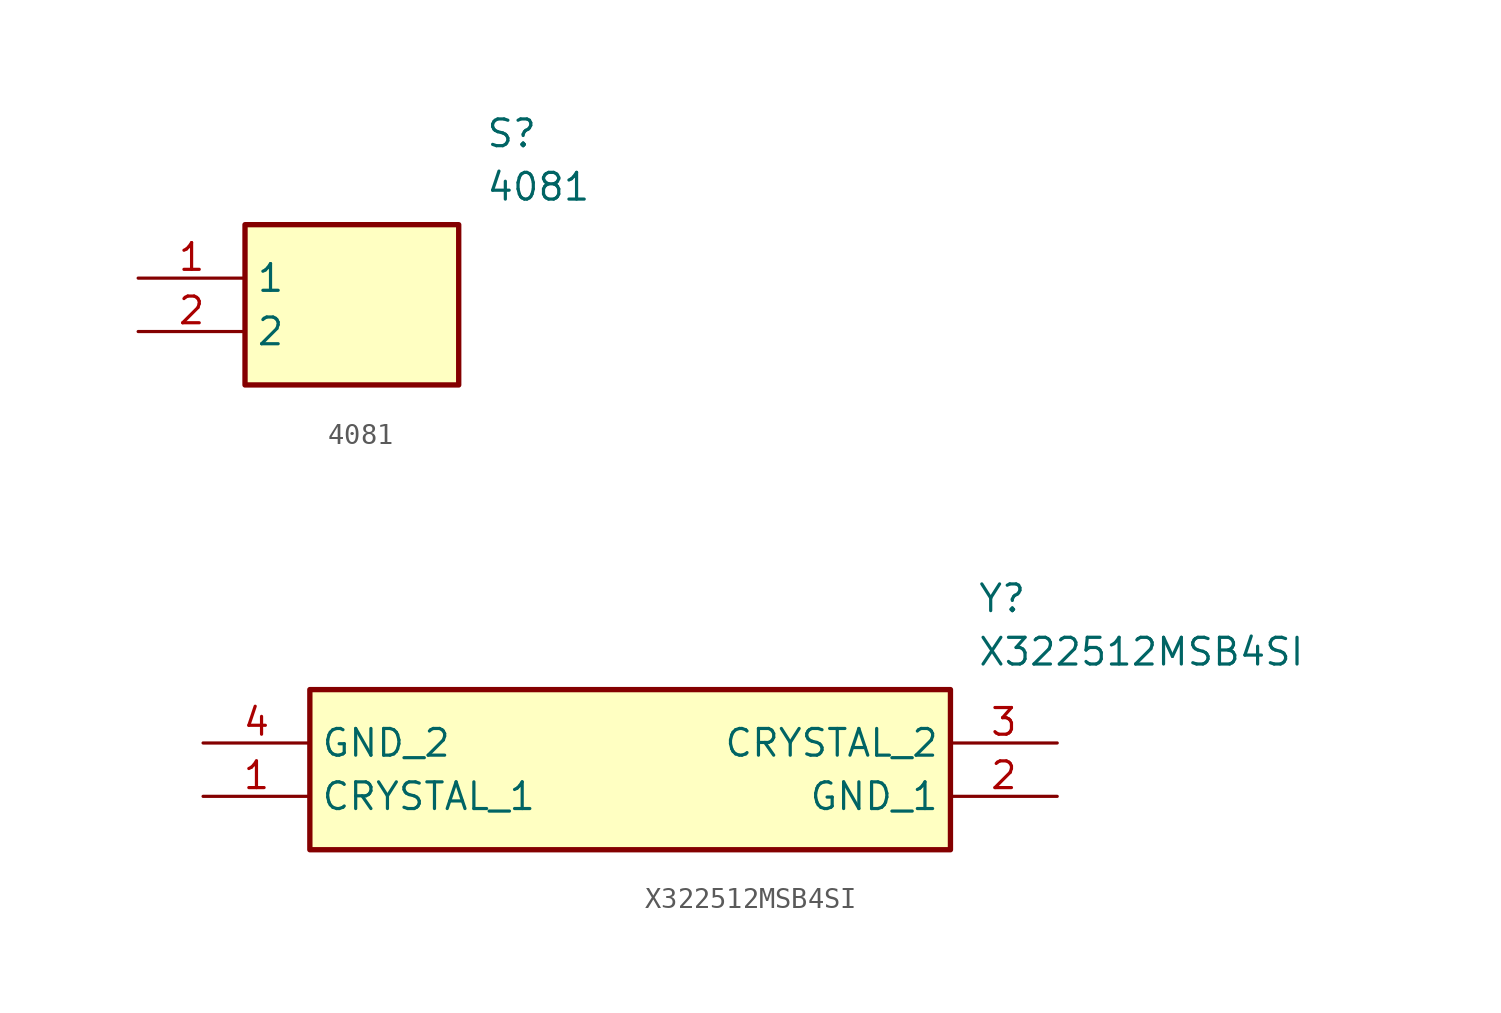
<source format=kicad_sym>
(kicad_symbol_lib
  (version 20220914)
  (generator SamacSys_ECAD_Model)
  (symbol "4081"
    (property "Reference" "S"
      (at 16.51 7.62 0)
      (effects (font (size 1.27 1.27)) (justify left top)))
    (property "Value" "4081"
      (at 16.51 5.08 0)
      (effects (font (size 1.27 1.27)) (justify left top)))
    (rectangle
      (start 5.08 2.54)
      (end 15.24 -5.08)
      (stroke (width 0.254) (type default))
      (fill (type background)))
    (pin passive line
      (at 0 0 0)
      (length 5.08)
      (name "1" (effects (font (size 1.27 1.27))))
      (number "1" (effects (font (size 1.27 1.27)))))
    (pin passive line
      (at 0 -2.54 0)
      (length 5.08)
      (name "2" (effects (font (size 1.27 1.27))))
      (number "2" (effects (font (size 1.27 1.27))))))
  (symbol "X322512MSB4SI"
    (property "Reference" "Y"
      (at 36.83 7.62 0)
      (effects (font (size 1.27 1.27)) (justify left top)))
    (property "Value" "X322512MSB4SI"
      (at 36.83 5.08 0)
      (effects (font (size 1.27 1.27)) (justify left top)))
    (rectangle
      (start 5.08 2.54)
      (end 35.56 -5.08)
      (stroke (width 0.254) (type default))
      (fill (type background)))
    (pin passive line
      (at 0 -2.54 0)
      (length 5.08)
      (name "CRYSTAL_1" (effects (font (size 1.27 1.27))))
      (number "1" (effects (font (size 1.27 1.27)))))
    (pin passive line
      (at 40.64 -2.54 180)
      (length 5.08)
      (name "GND_1" (effects (font (size 1.27 1.27))))
      (number "2" (effects (font (size 1.27 1.27)))))
    (pin passive line
      (at 40.64 0 180)
      (length 5.08)
      (name "CRYSTAL_2" (effects (font (size 1.27 1.27))))
      (number "3" (effects (font (size 1.27 1.27)))))
    (pin passive line
      (at 0 0 0)
      (length 5.08)
      (name "GND_2" (effects (font (size 1.27 1.27))))
      (number "4" (effects (font (size 1.27 1.27)))))))
</source>
